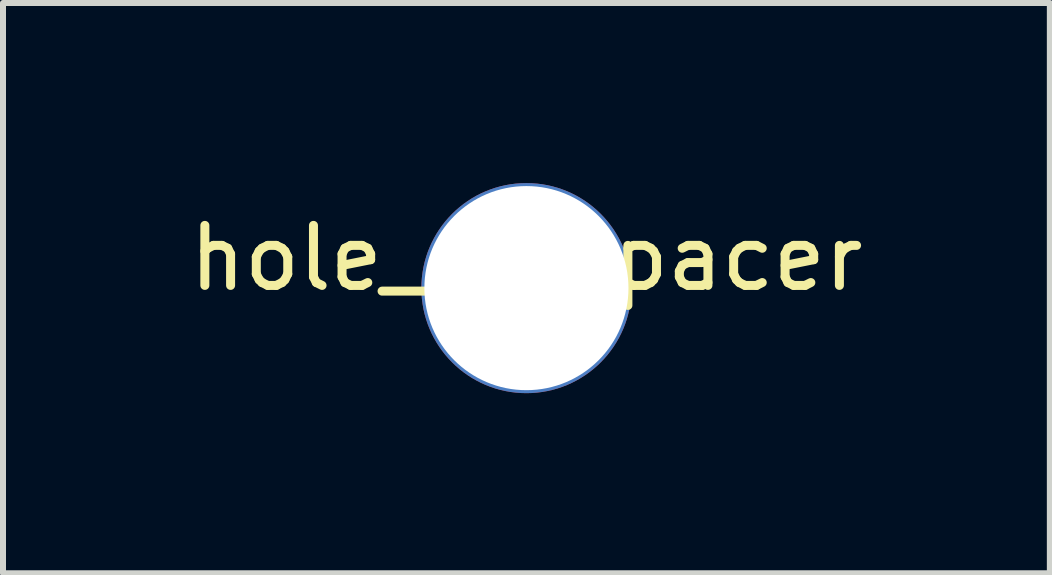
<source format=kicad_pcb>
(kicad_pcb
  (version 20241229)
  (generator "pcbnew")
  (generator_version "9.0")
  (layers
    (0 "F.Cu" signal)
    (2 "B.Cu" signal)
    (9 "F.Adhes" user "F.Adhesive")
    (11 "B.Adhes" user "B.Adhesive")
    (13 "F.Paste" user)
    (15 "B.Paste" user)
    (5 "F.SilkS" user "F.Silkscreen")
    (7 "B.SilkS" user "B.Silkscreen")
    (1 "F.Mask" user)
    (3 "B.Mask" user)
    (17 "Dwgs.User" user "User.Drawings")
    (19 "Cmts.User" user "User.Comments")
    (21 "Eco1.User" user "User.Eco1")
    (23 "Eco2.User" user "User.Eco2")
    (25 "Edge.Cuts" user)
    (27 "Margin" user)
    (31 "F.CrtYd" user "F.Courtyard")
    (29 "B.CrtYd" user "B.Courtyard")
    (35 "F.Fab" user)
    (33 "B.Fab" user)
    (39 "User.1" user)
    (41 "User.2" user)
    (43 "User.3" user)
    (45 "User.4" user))
  (footprint "hole_m2spacer"
    (layer "F.Cu")
    (at 5.72 1.75)
    (property "Reference" "hole_m2spacer" (at 0 -0.5 0) (unlocked yes) (layer "F.SilkS") (effects (font (size 1 1) (thickness 0.15))))
    (attr through_hole)
    (pad "" np_thru_hole circle (at 0 0) (size 3.5 3.5) (drill 3.4) (layers "*.Cu" "*.Mask")))
  (gr_rect
    (start -3 -3)
    (end 14.44 6.5)
    (stroke (width 0.1) (type default))
    (fill no)
    (layer "Edge.Cuts")))
</source>
